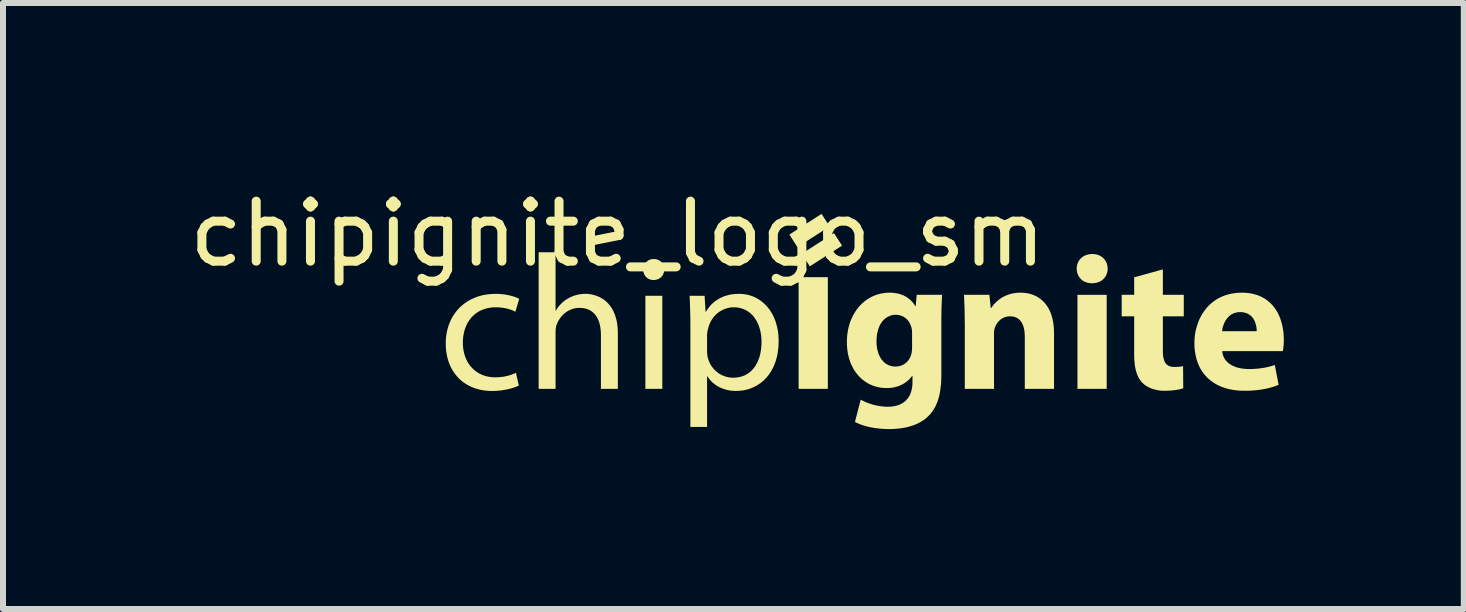
<source format=kicad_pcb>
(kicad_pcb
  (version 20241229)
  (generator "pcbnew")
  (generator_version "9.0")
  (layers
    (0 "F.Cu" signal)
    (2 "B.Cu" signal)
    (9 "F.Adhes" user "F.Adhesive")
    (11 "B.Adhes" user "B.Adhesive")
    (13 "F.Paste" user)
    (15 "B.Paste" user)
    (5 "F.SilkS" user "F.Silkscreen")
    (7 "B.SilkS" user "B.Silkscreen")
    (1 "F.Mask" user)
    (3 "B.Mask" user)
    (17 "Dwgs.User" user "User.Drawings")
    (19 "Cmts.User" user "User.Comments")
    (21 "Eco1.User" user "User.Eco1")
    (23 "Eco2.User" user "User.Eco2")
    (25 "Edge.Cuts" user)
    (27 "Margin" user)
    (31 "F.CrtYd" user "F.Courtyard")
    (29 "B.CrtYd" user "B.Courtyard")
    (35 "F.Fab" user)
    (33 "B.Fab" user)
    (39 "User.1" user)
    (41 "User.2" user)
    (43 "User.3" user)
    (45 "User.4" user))
  (footprint "chipignite_logo_sm"
    (layer "F.Cu")
    (at 4.244 3.848)
    (property "Reference" "chipignite_logo_sm" (at 3 -3 0) (unlocked yes) (layer "F.SilkS") (effects (font (size 1 1) (thickness 0.15))))
    (attr board_only exclude_from_pos_files exclude_from_bom allow_missing_courtyard)
    (fp_poly (pts (xy 3.745 -0.417) (xy 3.463 -0.417) (xy 3.463 -1.968) (xy 3.745 -1.968)) (stroke (width -0.000001) (type solid)) (fill yes) (layer "F.SilkS"))
    (fp_poly (pts (xy 6.504 -0.417) (xy 6.017 -0.417) (xy 6.017 -2.278) (xy 6.504 -2.278)) (stroke (width -0.000001) (type solid)) (fill yes) (layer "F.SilkS"))
    (fp_poly (pts (xy 6.534 -3.124) (xy 5.997 -2.779) (xy 5.863 -2.988) (xy 6.399 -3.333)) (stroke (width -0.000001) (type solid)) (fill yes) (layer "F.SilkS"))
    (fp_poly (pts (xy 6.741 -2.804) (xy 6.204 -2.459) (xy 6.07 -2.668) (xy 6.606 -3.013)) (stroke (width -0.000001) (type solid)) (fill yes) (layer "F.SilkS"))
    (fp_poly (pts (xy 11.152 -0.417) (xy 10.665 -0.417) (xy 10.665 -1.984) (xy 11.152 -1.984)) (stroke (width -0.000001) (type solid)) (fill yes) (layer "F.SilkS"))
    (fp_poly (pts (xy 12.088 -1.984) (xy 12.437 -1.984) (xy 12.437 -1.625) (xy 12.088 -1.625) (xy 12.088 -1.058) (xy 12.089 -1.024) (xy 12.09 -0.992) (xy 12.093 -0.962) (xy 12.098 -0.935) (xy 12.104 -0.91) (xy 12.111 -0.888) (xy 12.115 -0.877) (xy 12.12 -0.867) (xy 12.125 -0.858) (xy 12.13 -0.849) (xy 12.136 -0.841) (xy 12.142 -0.833) (xy 12.149 -0.826) (xy 12.156 -0.82) (xy 12.164 -0.814) (xy 12.172 -0.808) (xy 12.18 -0.803) (xy 12.189 -0.799) (xy 12.199 -0.795) (xy 12.209 -0.791) (xy 12.22 -0.789) (xy 12.231 -0.786) (xy 12.242 -0.785) (xy 12.254 -0.783) (xy 12.28 -0.782) (xy 12.304 -0.782) (xy 12.325 -0.783) (xy 12.344 -0.784) (xy 12.361 -0.785) (xy 12.377 -0.787) (xy 12.393 -0.789) (xy 12.408 -0.792) (xy 12.425 -0.795) (xy 12.428 -0.426) (xy 12.416 -0.422) (xy 12.402 -0.418) (xy 12.388 -0.414) (xy 12.372 -0.41) (xy 12.355 -0.407) (xy 12.337 -0.403) (xy 12.318 -0.4) (xy 12.298 -0.397) (xy 12.278 -0.394) (xy 12.256 -0.392) (xy 12.234 -0.39) (xy 12.211 -0.388) (xy 12.187 -0.387) (xy 12.163 -0.386) (xy 12.139 -0.385) (xy 12.114 -0.385) (xy 12.085 -0.385) (xy 12.056 -0.387) (xy 12.028 -0.39) (xy 12.001 -0.395) (xy 11.975 -0.4) (xy 11.949 -0.406) (xy 11.924 -0.414) (xy 11.9 -0.422) (xy 11.877 -0.431) (xy 11.855 -0.442) (xy 11.834 -0.453) (xy 11.814 -0.465) (xy 11.795 -0.477) (xy 11.777 -0.491) (xy 11.761 -0.505) (xy 11.745 -0.519) (xy 11.729 -0.537) (xy 11.713 -0.557) (xy 11.699 -0.578) (xy 11.686 -0.6) (xy 11.674 -0.624) (xy 11.663 -0.649) (xy 11.653 -0.676) (xy 11.644 -0.704) (xy 11.636 -0.733) (xy 11.629 -0.764) (xy 11.623 -0.797) (xy 11.619 -0.831) (xy 11.615 -0.867) (xy 11.612 -0.905) (xy 11.611 -0.944) (xy 11.61 -0.984) (xy 11.61 -1.625) (xy 11.402 -1.625) (xy 11.402 -1.984) (xy 11.61 -1.984) (xy 11.61 -2.276) (xy 12.088 -2.408)) (stroke (width -0.000001) (type solid)) (fill yes) (layer "F.SilkS"))
    (fp_poly (pts (xy 3.613 -2.58) (xy 3.623 -2.58) (xy 3.632 -2.579) (xy 3.641 -2.577) (xy 3.649 -2.575) (xy 3.658 -2.573) (xy 3.666 -2.57) (xy 3.674 -2.567) (xy 3.682 -2.564) (xy 3.689 -2.56) (xy 3.697 -2.556) (xy 3.703 -2.551) (xy 3.71 -2.546) (xy 3.717 -2.541) (xy 3.723 -2.536) (xy 3.729 -2.53) (xy 3.734 -2.524) (xy 3.739 -2.517) (xy 3.744 -2.511) (xy 3.749 -2.504) (xy 3.753 -2.497) (xy 3.757 -2.489) (xy 3.761 -2.482) (xy 3.764 -2.474) (xy 3.767 -2.466) (xy 3.77 -2.458) (xy 3.772 -2.449) (xy 3.773 -2.441) (xy 3.775 -2.432) (xy 3.776 -2.423) (xy 3.777 -2.414) (xy 3.777 -2.404) (xy 3.777 -2.395) (xy 3.776 -2.387) (xy 3.775 -2.378) (xy 3.774 -2.369) (xy 3.772 -2.361) (xy 3.77 -2.353) (xy 3.767 -2.345) (xy 3.764 -2.337) (xy 3.761 -2.329) (xy 3.758 -2.322) (xy 3.754 -2.314) (xy 3.75 -2.307) (xy 3.745 -2.301) (xy 3.74 -2.294) (xy 3.735 -2.288) (xy 3.729 -2.282) (xy 3.723 -2.276) (xy 3.717 -2.271) (xy 3.71 -2.265) (xy 3.703 -2.261) (xy 3.696 -2.256) (xy 3.689 -2.252) (xy 3.681 -2.248) (xy 3.673 -2.245) (xy 3.664 -2.242) (xy 3.655 -2.239) (xy 3.646 -2.237) (xy 3.637 -2.235) (xy 3.628 -2.233) (xy 3.618 -2.232) (xy 3.608 -2.231) (xy 3.597 -2.231) (xy 3.588 -2.231) (xy 3.578 -2.232) (xy 3.569 -2.233) (xy 3.56 -2.235) (xy 3.552 -2.237) (xy 3.543 -2.239) (xy 3.535 -2.242) (xy 3.527 -2.245) (xy 3.52 -2.248) (xy 3.512 -2.252) (xy 3.505 -2.256) (xy 3.498 -2.261) (xy 3.492 -2.265) (xy 3.486 -2.271) (xy 3.48 -2.276) (xy 3.474 -2.282) (xy 3.468 -2.288) (xy 3.463 -2.294) (xy 3.459 -2.301) (xy 3.454 -2.307) (xy 3.45 -2.314) (xy 3.446 -2.322) (xy 3.443 -2.329) (xy 3.439 -2.337) (xy 3.437 -2.345) (xy 3.434 -2.353) (xy 3.432 -2.361) (xy 3.43 -2.369) (xy 3.429 -2.378) (xy 3.428 -2.387) (xy 3.428 -2.395) (xy 3.427 -2.404) (xy 3.428 -2.413) (xy 3.428 -2.422) (xy 3.429 -2.431) (xy 3.431 -2.44) (xy 3.432 -2.448) (xy 3.435 -2.456) (xy 3.437 -2.464) (xy 3.44 -2.472) (xy 3.443 -2.48) (xy 3.447 -2.488) (xy 3.451 -2.495) (xy 3.455 -2.502) (xy 3.46 -2.509) (xy 3.465 -2.516) (xy 3.47 -2.522) (xy 3.476 -2.529) (xy 3.482 -2.534) (xy 3.488 -2.54) (xy 3.495 -2.545) (xy 3.501 -2.55) (xy 3.508 -2.555) (xy 3.516 -2.559) (xy 3.524 -2.563) (xy 3.531 -2.567) (xy 3.54 -2.57) (xy 3.548 -2.573) (xy 3.557 -2.575) (xy 3.566 -2.577) (xy 3.575 -2.579) (xy 3.584 -2.58) (xy 3.594 -2.58) (xy 3.604 -2.581)) (stroke (width -0.000001) (type solid)) (fill yes) (layer "F.SilkS"))
    (fp_poly (pts (xy 10.926 -2.664) (xy 10.94 -2.663) (xy 10.954 -2.661) (xy 10.968 -2.659) (xy 10.981 -2.656) (xy 10.993 -2.653) (xy 11.006 -2.65) (xy 11.018 -2.645) (xy 11.029 -2.64) (xy 11.04 -2.635) (xy 11.051 -2.629) (xy 11.061 -2.623) (xy 11.071 -2.617) (xy 11.08 -2.609) (xy 11.089 -2.602) (xy 11.098 -2.594) (xy 11.106 -2.585) (xy 11.113 -2.577) (xy 11.12 -2.568) (xy 11.127 -2.558) (xy 11.133 -2.548) (xy 11.139 -2.538) (xy 11.144 -2.527) (xy 11.149 -2.517) (xy 11.153 -2.505) (xy 11.157 -2.494) (xy 11.16 -2.482) (xy 11.163 -2.47) (xy 11.165 -2.458) (xy 11.166 -2.446) (xy 11.168 -2.433) (xy 11.168 -2.42) (xy 11.168 -2.408) (xy 11.167 -2.395) (xy 11.166 -2.383) (xy 11.164 -2.371) (xy 11.161 -2.359) (xy 11.158 -2.348) (xy 11.154 -2.337) (xy 11.15 -2.325) (xy 11.145 -2.315) (xy 11.14 -2.304) (xy 11.134 -2.294) (xy 11.128 -2.284) (xy 11.121 -2.275) (xy 11.114 -2.265) (xy 11.106 -2.257) (xy 11.098 -2.248) (xy 11.089 -2.24) (xy 11.08 -2.232) (xy 11.07 -2.225) (xy 11.06 -2.218) (xy 11.05 -2.212) (xy 11.039 -2.206) (xy 11.027 -2.201) (xy 11.015 -2.196) (xy 11.003 -2.191) (xy 10.99 -2.188) (xy 10.977 -2.184) (xy 10.963 -2.182) (xy 10.95 -2.18) (xy 10.935 -2.178) (xy 10.92 -2.177) (xy 10.905 -2.177) (xy 10.891 -2.177) (xy 10.877 -2.178) (xy 10.863 -2.18) (xy 10.85 -2.182) (xy 10.837 -2.184) (xy 10.825 -2.188) (xy 10.813 -2.191) (xy 10.801 -2.196) (xy 10.789 -2.201) (xy 10.778 -2.206) (xy 10.768 -2.212) (xy 10.757 -2.218) (xy 10.748 -2.225) (xy 10.738 -2.232) (xy 10.729 -2.24) (xy 10.721 -2.248) (xy 10.713 -2.257) (xy 10.705 -2.265) (xy 10.698 -2.275) (xy 10.692 -2.284) (xy 10.685 -2.294) (xy 10.68 -2.304) (xy 10.675 -2.315) (xy 10.67 -2.325) (xy 10.666 -2.337) (xy 10.662 -2.348) (xy 10.659 -2.359) (xy 10.657 -2.371) (xy 10.655 -2.383) (xy 10.653 -2.395) (xy 10.652 -2.408) (xy 10.652 -2.42) (xy 10.652 -2.433) (xy 10.653 -2.446) (xy 10.655 -2.458) (xy 10.657 -2.47) (xy 10.659 -2.482) (xy 10.662 -2.494) (xy 10.666 -2.505) (xy 10.67 -2.517) (xy 10.675 -2.527) (xy 10.681 -2.538) (xy 10.686 -2.548) (xy 10.693 -2.558) (xy 10.7 -2.568) (xy 10.707 -2.577) (xy 10.715 -2.585) (xy 10.723 -2.594) (xy 10.732 -2.602) (xy 10.741 -2.609) (xy 10.75 -2.617) (xy 10.76 -2.623) (xy 10.771 -2.629) (xy 10.782 -2.635) (xy 10.793 -2.64) (xy 10.805 -2.645) (xy 10.817 -2.65) (xy 10.829 -2.653) (xy 10.842 -2.656) (xy 10.855 -2.659) (xy 10.869 -2.661) (xy 10.883 -2.663) (xy 10.897 -2.664) (xy 10.912 -2.664)) (stroke (width -0.000001) (type solid)) (fill yes) (layer "F.SilkS"))
    (fp_poly (pts (xy 1.966 -1.721) (xy 1.972 -1.721) (xy 1.981 -1.736) (xy 1.99 -1.751) (xy 2 -1.766) (xy 2.01 -1.78) (xy 2.021 -1.794) (xy 2.033 -1.808) (xy 2.045 -1.821) (xy 2.058 -1.835) (xy 2.071 -1.847) (xy 2.084 -1.86) (xy 2.098 -1.871) (xy 2.112 -1.883) (xy 2.127 -1.894) (xy 2.142 -1.904) (xy 2.158 -1.914) (xy 2.174 -1.923) (xy 2.19 -1.932) (xy 2.206 -1.941) (xy 2.223 -1.948) (xy 2.239 -1.956) (xy 2.257 -1.963) (xy 2.274 -1.969) (xy 2.292 -1.975) (xy 2.31 -1.98) (xy 2.328 -1.985) (xy 2.347 -1.989) (xy 2.366 -1.992) (xy 2.385 -1.995) (xy 2.404 -1.998) (xy 2.423 -1.999) (xy 2.443 -2) (xy 2.463 -2.001) (xy 2.503 -1.999) (xy 2.546 -1.994) (xy 2.59 -1.985) (xy 2.635 -1.972) (xy 2.658 -1.964) (xy 2.681 -1.954) (xy 2.703 -1.944) (xy 2.726 -1.932) (xy 2.748 -1.918) (xy 2.77 -1.904) (xy 2.791 -1.888) (xy 2.812 -1.87) (xy 2.832 -1.851) (xy 2.851 -1.83) (xy 2.87 -1.807) (xy 2.888 -1.783) (xy 2.905 -1.757) (xy 2.921 -1.729) (xy 2.935 -1.699) (xy 2.949 -1.668) (xy 2.961 -1.634) (xy 2.972 -1.599) (xy 2.982 -1.561) (xy 2.99 -1.521) (xy 2.996 -1.479) (xy 3.001 -1.435) (xy 3.003 -1.389) (xy 3.004 -1.34) (xy 3.004 -0.417) (xy 2.722 -0.417) (xy 2.722 -1.308) (xy 2.721 -1.354) (xy 2.718 -1.4) (xy 2.712 -1.443) (xy 2.704 -1.485) (xy 2.693 -1.525) (xy 2.679 -1.563) (xy 2.671 -1.581) (xy 2.662 -1.598) (xy 2.653 -1.615) (xy 2.643 -1.631) (xy 2.632 -1.646) (xy 2.62 -1.661) (xy 2.607 -1.674) (xy 2.594 -1.687) (xy 2.58 -1.699) (xy 2.564 -1.71) (xy 2.548 -1.721) (xy 2.532 -1.73) (xy 2.514 -1.738) (xy 2.495 -1.746) (xy 2.476 -1.752) (xy 2.455 -1.757) (xy 2.434 -1.761) (xy 2.411 -1.764) (xy 2.388 -1.766) (xy 2.363 -1.766) (xy 2.346 -1.766) (xy 2.33 -1.765) (xy 2.313 -1.763) (xy 2.297 -1.761) (xy 2.281 -1.757) (xy 2.265 -1.754) (xy 2.25 -1.749) (xy 2.235 -1.744) (xy 2.22 -1.738) (xy 2.206 -1.732) (xy 2.178 -1.718) (xy 2.151 -1.702) (xy 2.126 -1.683) (xy 2.102 -1.664) (xy 2.08 -1.642) (xy 2.06 -1.619) (xy 2.041 -1.595) (xy 2.025 -1.569) (xy 2.009 -1.543) (xy 1.996 -1.516) (xy 1.985 -1.488) (xy 1.982 -1.48) (xy 1.98 -1.472) (xy 1.977 -1.464) (xy 1.975 -1.456) (xy 1.973 -1.448) (xy 1.972 -1.44) (xy 1.971 -1.432) (xy 1.969 -1.424) (xy 1.968 -1.416) (xy 1.968 -1.407) (xy 1.967 -1.39) (xy 1.966 -1.372) (xy 1.966 -1.353) (xy 1.966 -0.417) (xy 1.684 -0.417) (xy 1.684 -2.693) (xy 1.966 -2.693)) (stroke (width -0.000001) (type solid)) (fill yes) (layer "F.SilkS"))
    (fp_poly (pts (xy 9.743 -2.019) (xy 9.772 -2.017) (xy 9.801 -2.014) (xy 9.829 -2.01) (xy 9.857 -2.004) (xy 9.884 -1.997) (xy 9.91 -1.989) (xy 9.936 -1.979) (xy 9.961 -1.968) (xy 9.985 -1.956) (xy 10.009 -1.942) (xy 10.031 -1.927) (xy 10.053 -1.911) (xy 10.074 -1.894) (xy 10.094 -1.875) (xy 10.114 -1.855) (xy 10.132 -1.833) (xy 10.149 -1.81) (xy 10.166 -1.786) (xy 10.181 -1.76) (xy 10.195 -1.733) (xy 10.208 -1.705) (xy 10.22 -1.675) (xy 10.231 -1.644) (xy 10.241 -1.611) (xy 10.25 -1.577) (xy 10.257 -1.542) (xy 10.263 -1.505) (xy 10.268 -1.467) (xy 10.271 -1.427) (xy 10.273 -1.386) (xy 10.274 -1.343) (xy 10.274 -0.417) (xy 9.787 -0.417) (xy 9.787 -1.286) (xy 9.786 -1.323) (xy 9.783 -1.358) (xy 9.779 -1.392) (xy 9.773 -1.424) (xy 9.765 -1.454) (xy 9.755 -1.482) (xy 9.749 -1.495) (xy 9.743 -1.508) (xy 9.737 -1.52) (xy 9.729 -1.531) (xy 9.722 -1.542) (xy 9.713 -1.552) (xy 9.705 -1.562) (xy 9.695 -1.571) (xy 9.686 -1.58) (xy 9.675 -1.587) (xy 9.664 -1.594) (xy 9.653 -1.601) (xy 9.641 -1.606) (xy 9.628 -1.611) (xy 9.615 -1.616) (xy 9.601 -1.619) (xy 9.587 -1.622) (xy 9.572 -1.624) (xy 9.556 -1.625) (xy 9.54 -1.625) (xy 9.527 -1.625) (xy 9.515 -1.624) (xy 9.503 -1.623) (xy 9.492 -1.621) (xy 9.481 -1.619) (xy 9.47 -1.616) (xy 9.459 -1.613) (xy 9.449 -1.609) (xy 9.439 -1.605) (xy 9.429 -1.601) (xy 9.42 -1.596) (xy 9.411 -1.591) (xy 9.394 -1.58) (xy 9.378 -1.568) (xy 9.363 -1.554) (xy 9.349 -1.54) (xy 9.336 -1.525) (xy 9.325 -1.509) (xy 9.314 -1.493) (xy 9.305 -1.476) (xy 9.297 -1.459) (xy 9.29 -1.443) (xy 9.288 -1.436) (xy 9.285 -1.43) (xy 9.284 -1.423) (xy 9.282 -1.416) (xy 9.28 -1.409) (xy 9.279 -1.402) (xy 9.278 -1.394) (xy 9.277 -1.387) (xy 9.275 -1.371) (xy 9.274 -1.354) (xy 9.274 -1.338) (xy 9.274 -1.321) (xy 9.274 -0.417) (xy 8.787 -0.417) (xy 8.787 -1.484) (xy 8.785 -1.625) (xy 8.783 -1.755) (xy 8.778 -1.874) (xy 8.774 -1.984) (xy 9.197 -1.984) (xy 9.219 -1.766) (xy 9.229 -1.766) (xy 9.242 -1.786) (xy 9.257 -1.807) (xy 9.275 -1.828) (xy 9.295 -1.849) (xy 9.317 -1.871) (xy 9.341 -1.892) (xy 9.368 -1.912) (xy 9.382 -1.922) (xy 9.396 -1.932) (xy 9.412 -1.941) (xy 9.428 -1.95) (xy 9.444 -1.958) (xy 9.461 -1.967) (xy 9.479 -1.974) (xy 9.497 -1.982) (xy 9.516 -1.988) (xy 9.535 -1.995) (xy 9.555 -2) (xy 9.576 -2.005) (xy 9.597 -2.009) (xy 9.619 -2.013) (xy 9.642 -2.016) (xy 9.665 -2.018) (xy 9.689 -2.019) (xy 9.713 -2.02)) (stroke (width -0.000001) (type solid)) (fill yes) (layer "F.SilkS"))
    (fp_poly (pts (xy 1 -2) (xy 1.03 -1.999) (xy 1.06 -1.996) (xy 1.09 -1.993) (xy 1.118 -1.99) (xy 1.146 -1.985) (xy 1.172 -1.98) (xy 1.198 -1.974) (xy 1.223 -1.968) (xy 1.246 -1.962) (xy 1.269 -1.955) (xy 1.29 -1.948) (xy 1.31 -1.94) (xy 1.328 -1.933) (xy 1.345 -1.925) (xy 1.36 -1.917) (xy 1.296 -1.702) (xy 1.283 -1.709) (xy 1.269 -1.716) (xy 1.254 -1.722) (xy 1.238 -1.729) (xy 1.221 -1.735) (xy 1.204 -1.741) (xy 1.185 -1.747) (xy 1.165 -1.752) (xy 1.144 -1.757) (xy 1.122 -1.762) (xy 1.099 -1.766) (xy 1.076 -1.769) (xy 1.051 -1.772) (xy 1.024 -1.774) (xy 0.997 -1.776) (xy 0.969 -1.776) (xy 0.936 -1.775) (xy 0.904 -1.773) (xy 0.873 -1.769) (xy 0.843 -1.764) (xy 0.814 -1.757) (xy 0.786 -1.749) (xy 0.759 -1.74) (xy 0.733 -1.729) (xy 0.708 -1.718) (xy 0.684 -1.705) (xy 0.661 -1.69) (xy 0.639 -1.675) (xy 0.618 -1.659) (xy 0.598 -1.641) (xy 0.579 -1.622) (xy 0.561 -1.603) (xy 0.545 -1.582) (xy 0.529 -1.561) (xy 0.514 -1.539) (xy 0.5 -1.516) (xy 0.488 -1.492) (xy 0.476 -1.468) (xy 0.466 -1.442) (xy 0.456 -1.416) (xy 0.448 -1.39) (xy 0.441 -1.363) (xy 0.435 -1.335) (xy 0.43 -1.307) (xy 0.426 -1.278) (xy 0.423 -1.249) (xy 0.421 -1.219) (xy 0.421 -1.189) (xy 0.421 -1.156) (xy 0.423 -1.124) (xy 0.427 -1.092) (xy 0.431 -1.061) (xy 0.437 -1.031) (xy 0.444 -1.002) (xy 0.452 -0.974) (xy 0.462 -0.947) (xy 0.472 -0.921) (xy 0.484 -0.896) (xy 0.496 -0.871) (xy 0.51 -0.848) (xy 0.525 -0.826) (xy 0.54 -0.804) (xy 0.557 -0.784) (xy 0.575 -0.765) (xy 0.593 -0.746) (xy 0.613 -0.729) (xy 0.633 -0.713) (xy 0.654 -0.698) (xy 0.676 -0.684) (xy 0.698 -0.671) (xy 0.721 -0.66) (xy 0.745 -0.649) (xy 0.77 -0.64) (xy 0.795 -0.632) (xy 0.821 -0.625) (xy 0.848 -0.619) (xy 0.875 -0.615) (xy 0.903 -0.612) (xy 0.931 -0.61) (xy 0.959 -0.609) (xy 0.989 -0.61) (xy 1.017 -0.611) (xy 1.044 -0.613) (xy 1.07 -0.616) (xy 1.095 -0.619) (xy 1.118 -0.623) (xy 1.141 -0.628) (xy 1.163 -0.633) (xy 1.183 -0.638) (xy 1.203 -0.644) (xy 1.24 -0.657) (xy 1.274 -0.67) (xy 1.306 -0.683) (xy 1.354 -0.471) (xy 1.339 -0.465) (xy 1.322 -0.457) (xy 1.303 -0.45) (xy 1.282 -0.442) (xy 1.26 -0.435) (xy 1.235 -0.427) (xy 1.209 -0.42) (xy 1.181 -0.413) (xy 1.152 -0.407) (xy 1.121 -0.401) (xy 1.089 -0.395) (xy 1.055 -0.391) (xy 1.02 -0.387) (xy 0.984 -0.384) (xy 0.947 -0.382) (xy 0.908 -0.382) (xy 0.865 -0.382) (xy 0.822 -0.385) (xy 0.781 -0.39) (xy 0.74 -0.396) (xy 0.701 -0.404) (xy 0.663 -0.414) (xy 0.626 -0.425) (xy 0.59 -0.439) (xy 0.555 -0.453) (xy 0.521 -0.47) (xy 0.489 -0.488) (xy 0.458 -0.507) (xy 0.428 -0.528) (xy 0.399 -0.55) (xy 0.372 -0.574) (xy 0.346 -0.6) (xy 0.322 -0.626) (xy 0.299 -0.654) (xy 0.277 -0.684) (xy 0.257 -0.714) (xy 0.238 -0.746) (xy 0.22 -0.779) (xy 0.205 -0.814) (xy 0.19 -0.849) (xy 0.178 -0.886) (xy 0.167 -0.924) (xy 0.157 -0.963) (xy 0.15 -1.003) (xy 0.143 -1.044) (xy 0.139 -1.086) (xy 0.136 -1.129) (xy 0.136 -1.173) (xy 0.136 -1.218) (xy 0.139 -1.261) (xy 0.144 -1.304) (xy 0.151 -1.346) (xy 0.159 -1.387) (xy 0.169 -1.427) (xy 0.181 -1.466) (xy 0.195 -1.504) (xy 0.21 -1.541) (xy 0.227 -1.577) (xy 0.245 -1.612) (xy 0.266 -1.645) (xy 0.288 -1.677) (xy 0.311 -1.708) (xy 0.336 -1.738) (xy 0.362 -1.766) (xy 0.39 -1.793) (xy 0.42 -1.818) (xy 0.45 -1.842) (xy 0.483 -1.865) (xy 0.516 -1.886) (xy 0.551 -1.905) (xy 0.588 -1.922) (xy 0.625 -1.938) (xy 0.664 -1.953) (xy 0.704 -1.965) (xy 0.745 -1.976) (xy 0.788 -1.985) (xy 0.831 -1.991) (xy 0.876 -1.996) (xy 0.922 -1.999) (xy 0.969 -2)) (stroke (width -0.000001) (type solid)) (fill yes) (layer "F.SilkS"))
    (fp_poly (pts (xy 13.452 -2.019) (xy 13.497 -2.015) (xy 13.54 -2.01) (xy 13.581 -2.002) (xy 13.62 -1.992) (xy 13.658 -1.981) (xy 13.694 -1.967) (xy 13.728 -1.952) (xy 13.761 -1.935) (xy 13.792 -1.916) (xy 13.821 -1.896) (xy 13.849 -1.874) (xy 13.875 -1.851) (xy 13.9 -1.827) (xy 13.923 -1.801) (xy 13.945 -1.774) (xy 13.965 -1.746) (xy 13.984 -1.717) (xy 14.001 -1.687) (xy 14.017 -1.655) (xy 14.031 -1.624) (xy 14.044 -1.591) (xy 14.056 -1.557) (xy 14.066 -1.523) (xy 14.083 -1.454) (xy 14.095 -1.382) (xy 14.102 -1.31) (xy 14.104 -1.238) (xy 14.104 -1.207) (xy 14.103 -1.177) (xy 14.101 -1.149) (xy 14.099 -1.123) (xy 14.096 -1.099) (xy 14.093 -1.078) (xy 14.091 -1.06) (xy 14.088 -1.045) (xy 13.078 -1.045) (xy 13.08 -1.026) (xy 13.083 -1.008) (xy 13.087 -0.991) (xy 13.092 -0.974) (xy 13.098 -0.958) (xy 13.104 -0.943) (xy 13.112 -0.928) (xy 13.121 -0.913) (xy 13.13 -0.9) (xy 13.141 -0.886) (xy 13.152 -0.874) (xy 13.164 -0.862) (xy 13.177 -0.851) (xy 13.19 -0.84) (xy 13.204 -0.83) (xy 13.219 -0.82) (xy 13.234 -0.811) (xy 13.25 -0.803) (xy 13.267 -0.795) (xy 13.284 -0.788) (xy 13.302 -0.781) (xy 13.32 -0.775) (xy 13.338 -0.77) (xy 13.357 -0.765) (xy 13.377 -0.761) (xy 13.397 -0.757) (xy 13.417 -0.754) (xy 13.437 -0.752) (xy 13.478 -0.748) (xy 13.521 -0.747) (xy 13.582 -0.748) (xy 13.64 -0.751) (xy 13.696 -0.757) (xy 13.75 -0.764) (xy 13.803 -0.773) (xy 13.854 -0.785) (xy 13.904 -0.799) (xy 13.954 -0.814) (xy 14.018 -0.484) (xy 13.987 -0.472) (xy 13.956 -0.46) (xy 13.924 -0.45) (xy 13.891 -0.44) (xy 13.858 -0.431) (xy 13.824 -0.423) (xy 13.789 -0.416) (xy 13.753 -0.409) (xy 13.717 -0.403) (xy 13.681 -0.398) (xy 13.643 -0.394) (xy 13.606 -0.391) (xy 13.567 -0.388) (xy 13.529 -0.386) (xy 13.49 -0.385) (xy 13.45 -0.385) (xy 13.401 -0.386) (xy 13.353 -0.388) (xy 13.307 -0.393) (xy 13.262 -0.399) (xy 13.218 -0.407) (xy 13.175 -0.416) (xy 13.135 -0.428) (xy 13.095 -0.441) (xy 13.057 -0.455) (xy 13.02 -0.471) (xy 12.985 -0.489) (xy 12.952 -0.508) (xy 12.92 -0.529) (xy 12.889 -0.551) (xy 12.86 -0.575) (xy 12.832 -0.6) (xy 12.806 -0.627) (xy 12.782 -0.655) (xy 12.759 -0.684) (xy 12.738 -0.715) (xy 12.718 -0.747) (xy 12.7 -0.78) (xy 12.684 -0.815) (xy 12.67 -0.851) (xy 12.657 -0.889) (xy 12.645 -0.927) (xy 12.636 -0.967) (xy 12.628 -1.008) (xy 12.622 -1.05) (xy 12.617 -1.093) (xy 12.614 -1.137) (xy 12.614 -1.183) (xy 12.617 -1.258) (xy 12.625 -1.333) (xy 12.634 -1.378) (xy 13.075 -1.378) (xy 13.652 -1.378) (xy 13.652 -1.402) (xy 13.65 -1.426) (xy 13.646 -1.452) (xy 13.641 -1.478) (xy 13.633 -1.505) (xy 13.624 -1.531) (xy 13.613 -1.557) (xy 13.606 -1.569) (xy 13.599 -1.582) (xy 13.591 -1.594) (xy 13.582 -1.605) (xy 13.572 -1.616) (xy 13.562 -1.627) (xy 13.552 -1.637) (xy 13.54 -1.646) (xy 13.527 -1.655) (xy 13.514 -1.663) (xy 13.5 -1.67) (xy 13.485 -1.677) (xy 13.47 -1.682) (xy 13.453 -1.687) (xy 13.435 -1.691) (xy 13.417 -1.694) (xy 13.397 -1.695) (xy 13.377 -1.696) (xy 13.358 -1.695) (xy 13.339 -1.694) (xy 13.322 -1.691) (xy 13.305 -1.687) (xy 13.289 -1.683) (xy 13.274 -1.678) (xy 13.259 -1.671) (xy 13.245 -1.664) (xy 13.231 -1.657) (xy 13.218 -1.648) (xy 13.206 -1.639) (xy 13.194 -1.629) (xy 13.183 -1.619) (xy 13.173 -1.608) (xy 13.163 -1.597) (xy 13.154 -1.585) (xy 13.145 -1.573) (xy 13.137 -1.561) (xy 13.129 -1.548) (xy 13.122 -1.535) (xy 13.109 -1.509) (xy 13.099 -1.482) (xy 13.09 -1.455) (xy 13.083 -1.429) (xy 13.078 -1.403) (xy 13.075 -1.378) (xy 12.634 -1.378) (xy 12.64 -1.408) (xy 12.661 -1.481) (xy 12.687 -1.553) (xy 12.703 -1.588) (xy 12.72 -1.622) (xy 12.739 -1.656) (xy 12.76 -1.688) (xy 12.782 -1.72) (xy 12.805 -1.75) (xy 12.83 -1.78) (xy 12.857 -1.808) (xy 12.885 -1.834) (xy 12.915 -1.86) (xy 12.947 -1.883) (xy 12.98 -1.906) (xy 13.015 -1.926) (xy 13.052 -1.945) (xy 13.09 -1.962) (xy 13.13 -1.977) (xy 13.172 -1.989) (xy 13.215 -2) (xy 13.26 -2.008) (xy 13.307 -2.015) (xy 13.355 -2.018) (xy 13.405 -2.02)) (stroke (width -0.000001) (type solid)) (fill yes) (layer "F.SilkS"))
    (fp_poly (pts (xy 5.059 -2) (xy 5.093 -1.997) (xy 5.127 -1.992) (xy 5.161 -1.986) (xy 5.193 -1.978) (xy 5.225 -1.968) (xy 5.256 -1.957) (xy 5.286 -1.944) (xy 5.316 -1.929) (xy 5.344 -1.913) (xy 5.372 -1.895) (xy 5.399 -1.875) (xy 5.425 -1.854) (xy 5.449 -1.832) (xy 5.473 -1.808) (xy 5.496 -1.783) (xy 5.517 -1.757) (xy 5.538 -1.729) (xy 5.557 -1.7) (xy 5.575 -1.669) (xy 5.592 -1.638) (xy 5.607 -1.605) (xy 5.621 -1.57) (xy 5.634 -1.535) (xy 5.645 -1.499) (xy 5.655 -1.461) (xy 5.664 -1.423) (xy 5.671 -1.383) (xy 5.677 -1.343) (xy 5.681 -1.301) (xy 5.683 -1.258) (xy 5.684 -1.215) (xy 5.683 -1.164) (xy 5.68 -1.114) (xy 5.675 -1.066) (xy 5.669 -1.019) (xy 5.66 -0.974) (xy 5.65 -0.931) (xy 5.638 -0.889) (xy 5.625 -0.849) (xy 5.61 -0.811) (xy 5.593 -0.775) (xy 5.575 -0.74) (xy 5.556 -0.706) (xy 5.536 -0.674) (xy 5.514 -0.644) (xy 5.491 -0.616) (xy 5.467 -0.589) (xy 5.442 -0.564) (xy 5.415 -0.54) (xy 5.388 -0.518) (xy 5.36 -0.498) (xy 5.331 -0.48) (xy 5.302 -0.462) (xy 5.271 -0.447) (xy 5.24 -0.433) (xy 5.209 -0.421) (xy 5.177 -0.411) (xy 5.144 -0.402) (xy 5.111 -0.394) (xy 5.044 -0.385) (xy 4.976 -0.382) (xy 4.937 -0.383) (xy 4.9 -0.386) (xy 4.863 -0.391) (xy 4.827 -0.398) (xy 4.793 -0.407) (xy 4.759 -0.418) (xy 4.726 -0.431) (xy 4.695 -0.446) (xy 4.665 -0.462) (xy 4.636 -0.48) (xy 4.609 -0.501) (xy 4.583 -0.522) (xy 4.559 -0.546) (xy 4.537 -0.571) (xy 4.516 -0.597) (xy 4.498 -0.625) (xy 4.491 -0.625) (xy 4.491 0.218) (xy 4.213 0.218) (xy 4.213 -1.318) (xy 4.491 -1.318) (xy 4.491 -1.048) (xy 4.492 -1.033) (xy 4.492 -1.018) (xy 4.493 -1.003) (xy 4.494 -0.988) (xy 4.496 -0.974) (xy 4.498 -0.96) (xy 4.501 -0.946) (xy 4.504 -0.933) (xy 4.51 -0.915) (xy 4.515 -0.897) (xy 4.522 -0.88) (xy 4.529 -0.863) (xy 4.537 -0.846) (xy 4.545 -0.83) (xy 4.554 -0.814) (xy 4.564 -0.799) (xy 4.574 -0.784) (xy 4.585 -0.77) (xy 4.596 -0.756) (xy 4.608 -0.743) (xy 4.62 -0.73) (xy 4.633 -0.717) (xy 4.646 -0.706) (xy 4.659 -0.695) (xy 4.674 -0.684) (xy 4.688 -0.674) (xy 4.703 -0.664) (xy 4.718 -0.656) (xy 4.734 -0.647) (xy 4.75 -0.64) (xy 4.767 -0.633) (xy 4.783 -0.627) (xy 4.801 -0.621) (xy 4.818 -0.616) (xy 4.836 -0.612) (xy 4.853 -0.609) (xy 4.872 -0.606) (xy 4.89 -0.604) (xy 4.909 -0.603) (xy 4.928 -0.603) (xy 4.955 -0.603) (xy 4.982 -0.606) (xy 5.008 -0.609) (xy 5.033 -0.614) (xy 5.058 -0.62) (xy 5.082 -0.628) (xy 5.105 -0.636) (xy 5.127 -0.646) (xy 5.148 -0.658) (xy 5.169 -0.67) (xy 5.189 -0.684) (xy 5.208 -0.699) (xy 5.226 -0.715) (xy 5.243 -0.732) (xy 5.259 -0.75) (xy 5.275 -0.769) (xy 5.29 -0.789) (xy 5.303 -0.811) (xy 5.316 -0.833) (xy 5.328 -0.856) (xy 5.339 -0.88) (xy 5.349 -0.906) (xy 5.359 -0.932) (xy 5.367 -0.958) (xy 5.374 -0.986) (xy 5.381 -1.015) (xy 5.386 -1.044) (xy 5.391 -1.074) (xy 5.394 -1.105) (xy 5.397 -1.137) (xy 5.398 -1.169) (xy 5.399 -1.202) (xy 5.397 -1.259) (xy 5.391 -1.315) (xy 5.382 -1.369) (xy 5.368 -1.422) (xy 5.352 -1.472) (xy 5.331 -1.519) (xy 5.32 -1.542) (xy 5.307 -1.563) (xy 5.294 -1.584) (xy 5.28 -1.605) (xy 5.265 -1.624) (xy 5.249 -1.642) (xy 5.232 -1.659) (xy 5.214 -1.676) (xy 5.196 -1.691) (xy 5.176 -1.705) (xy 5.156 -1.718) (xy 5.135 -1.73) (xy 5.113 -1.74) (xy 5.09 -1.749) (xy 5.067 -1.757) (xy 5.043 -1.764) (xy 5.017 -1.769) (xy 4.991 -1.773) (xy 4.965 -1.775) (xy 4.937 -1.776) (xy 4.919 -1.776) (xy 4.901 -1.774) (xy 4.883 -1.773) (xy 4.866 -1.77) (xy 4.848 -1.766) (xy 4.831 -1.762) (xy 4.797 -1.752) (xy 4.763 -1.738) (xy 4.731 -1.722) (xy 4.7 -1.704) (xy 4.671 -1.682) (xy 4.643 -1.659) (xy 4.63 -1.646) (xy 4.617 -1.632) (xy 4.605 -1.618) (xy 4.594 -1.604) (xy 4.583 -1.589) (xy 4.572 -1.573) (xy 4.562 -1.557) (xy 4.553 -1.54) (xy 4.544 -1.523) (xy 4.536 -1.505) (xy 4.529 -1.487) (xy 4.522 -1.469) (xy 4.516 -1.449) (xy 4.511 -1.43) (xy 4.507 -1.416) (xy 4.504 -1.402) (xy 4.5 -1.388) (xy 4.498 -1.374) (xy 4.495 -1.359) (xy 4.493 -1.345) (xy 4.492 -1.338) (xy 4.492 -1.331) (xy 4.492 -1.324) (xy 4.491 -1.318) (xy 4.213 -1.318) (xy 4.213 -1.462) (xy 4.213 -1.462) (xy 4.212 -1.604) (xy 4.209 -1.734) (xy 4.205 -1.855) (xy 4.2 -1.968) (xy 4.45 -1.968) (xy 4.466 -1.702) (xy 4.472 -1.702) (xy 4.483 -1.72) (xy 4.494 -1.737) (xy 4.506 -1.753) (xy 4.518 -1.769) (xy 4.53 -1.785) (xy 4.543 -1.8) (xy 4.556 -1.815) (xy 4.57 -1.829) (xy 4.584 -1.842) (xy 4.599 -1.855) (xy 4.614 -1.868) (xy 4.629 -1.88) (xy 4.645 -1.891) (xy 4.661 -1.902) (xy 4.678 -1.912) (xy 4.695 -1.922) (xy 4.713 -1.932) (xy 4.73 -1.94) (xy 4.749 -1.948) (xy 4.767 -1.956) (xy 4.787 -1.963) (xy 4.806 -1.969) (xy 4.826 -1.975) (xy 4.846 -1.98) (xy 4.867 -1.985) (xy 4.888 -1.989) (xy 4.91 -1.993) (xy 4.932 -1.995) (xy 4.954 -1.998) (xy 4.977 -1.999) (xy 5 -2) (xy 5.024 -2)) (stroke (width -0.000001) (type solid)) (fill yes) (layer "F.SilkS"))
    (fp_poly (pts (xy 7.573 -2.019) (xy 7.61 -2.015) (xy 7.646 -2.01) (xy 7.68 -2.003) (xy 7.712 -1.994) (xy 7.742 -1.983) (xy 7.771 -1.971) (xy 7.799 -1.957) (xy 7.824 -1.941) (xy 7.848 -1.924) (xy 7.871 -1.906) (xy 7.892 -1.886) (xy 7.912 -1.865) (xy 7.93 -1.843) (xy 7.947 -1.819) (xy 7.963 -1.795) (xy 7.969 -1.795) (xy 7.985 -1.984) (xy 8.408 -1.984) (xy 8.404 -1.901) (xy 8.4 -1.8) (xy 8.398 -1.74) (xy 8.397 -1.674) (xy 8.396 -1.599) (xy 8.396 -1.516) (xy 8.396 -0.644) (xy 8.396 -0.644) (xy 8.395 -0.589) (xy 8.393 -0.534) (xy 8.389 -0.481) (xy 8.383 -0.429) (xy 8.376 -0.379) (xy 8.367 -0.33) (xy 8.356 -0.283) (xy 8.343 -0.238) (xy 8.328 -0.194) (xy 8.31 -0.152) (xy 8.291 -0.112) (xy 8.268 -0.073) (xy 8.244 -0.037) (xy 8.217 -0.002) (xy 8.187 0.03) (xy 8.155 0.061) (xy 8.123 0.087) (xy 8.089 0.111) (xy 8.053 0.133) (xy 8.017 0.153) (xy 7.979 0.171) (xy 7.941 0.186) (xy 7.901 0.2) (xy 7.861 0.212) (xy 7.82 0.223) (xy 7.778 0.231) (xy 7.736 0.238) (xy 7.693 0.244) (xy 7.65 0.248) (xy 7.607 0.251) (xy 7.564 0.253) (xy 7.52 0.253) (xy 7.481 0.253) (xy 7.442 0.251) (xy 7.403 0.249) (xy 7.364 0.245) (xy 7.326 0.241) (xy 7.288 0.236) (xy 7.25 0.23) (xy 7.213 0.223) (xy 7.177 0.215) (xy 7.142 0.206) (xy 7.108 0.196) (xy 7.075 0.186) (xy 7.043 0.174) (xy 7.013 0.162) (xy 6.984 0.149) (xy 6.956 0.135) (xy 7.052 -0.237) (xy 7.072 -0.226) (xy 7.093 -0.216) (xy 7.115 -0.205) (xy 7.139 -0.194) (xy 7.165 -0.184) (xy 7.191 -0.174) (xy 7.219 -0.165) (xy 7.248 -0.156) (xy 7.277 -0.148) (xy 7.308 -0.141) (xy 7.34 -0.135) (xy 7.372 -0.129) (xy 7.405 -0.125) (xy 7.439 -0.121) (xy 7.473 -0.119) (xy 7.508 -0.119) (xy 7.55 -0.12) (xy 7.591 -0.125) (xy 7.611 -0.128) (xy 7.631 -0.132) (xy 7.65 -0.137) (xy 7.669 -0.142) (xy 7.687 -0.149) (xy 7.704 -0.156) (xy 7.721 -0.164) (xy 7.738 -0.173) (xy 7.754 -0.182) (xy 7.769 -0.193) (xy 7.784 -0.204) (xy 7.798 -0.216) (xy 7.811 -0.229) (xy 7.824 -0.243) (xy 7.836 -0.258) (xy 7.847 -0.273) (xy 7.857 -0.29) (xy 7.867 -0.307) (xy 7.876 -0.325) (xy 7.884 -0.345) (xy 7.891 -0.365) (xy 7.897 -0.386) (xy 7.902 -0.408) (xy 7.907 -0.431) (xy 7.91 -0.455) (xy 7.913 -0.48) (xy 7.914 -0.505) (xy 7.915 -0.532) (xy 7.915 -0.632) (xy 7.908 -0.632) (xy 7.89 -0.608) (xy 7.871 -0.586) (xy 7.85 -0.565) (xy 7.828 -0.546) (xy 7.805 -0.528) (xy 7.781 -0.511) (xy 7.756 -0.496) (xy 7.729 -0.483) (xy 7.702 -0.47) (xy 7.673 -0.46) (xy 7.644 -0.451) (xy 7.614 -0.443) (xy 7.583 -0.437) (xy 7.551 -0.433) (xy 7.519 -0.431) (xy 7.485 -0.43) (xy 7.449 -0.431) (xy 7.414 -0.433) (xy 7.379 -0.438) (xy 7.345 -0.444) (xy 7.312 -0.452) (xy 7.28 -0.462) (xy 7.248 -0.473) (xy 7.218 -0.486) (xy 7.188 -0.5) (xy 7.159 -0.516) (xy 7.132 -0.534) (xy 7.105 -0.553) (xy 7.079 -0.573) (xy 7.054 -0.595) (xy 7.031 -0.618) (xy 7.008 -0.643) (xy 6.987 -0.669) (xy 6.966 -0.696) (xy 6.947 -0.724) (xy 6.929 -0.754) (xy 6.913 -0.785) (xy 6.897 -0.817) (xy 6.883 -0.85) (xy 6.871 -0.884) (xy 6.859 -0.919) (xy 6.85 -0.956) (xy 6.841 -0.993) (xy 6.834 -1.031) (xy 6.829 -1.07) (xy 6.825 -1.11) (xy 6.822 -1.151) (xy 6.822 -1.193) (xy 6.822 -1.205) (xy 7.315 -1.205) (xy 7.317 -1.162) (xy 7.321 -1.12) (xy 7.327 -1.08) (xy 7.337 -1.042) (xy 7.348 -1.005) (xy 7.362 -0.971) (xy 7.379 -0.939) (xy 7.388 -0.924) (xy 7.398 -0.909) (xy 7.409 -0.896) (xy 7.42 -0.883) (xy 7.431 -0.87) (xy 7.444 -0.859) (xy 7.456 -0.848) (xy 7.47 -0.838) (xy 7.483 -0.829) (xy 7.498 -0.821) (xy 7.513 -0.814) (xy 7.528 -0.807) (xy 7.544 -0.802) (xy 7.561 -0.797) (xy 7.578 -0.793) (xy 7.596 -0.791) (xy 7.614 -0.789) (xy 7.633 -0.789) (xy 7.645 -0.789) (xy 7.656 -0.79) (xy 7.668 -0.791) (xy 7.679 -0.792) (xy 7.691 -0.795) (xy 7.702 -0.797) (xy 7.712 -0.8) (xy 7.723 -0.803) (xy 7.733 -0.807) (xy 7.743 -0.811) (xy 7.763 -0.821) (xy 7.781 -0.832) (xy 7.799 -0.844) (xy 7.815 -0.858) (xy 7.83 -0.873) (xy 7.844 -0.889) (xy 7.856 -0.906) (xy 7.867 -0.925) (xy 7.877 -0.944) (xy 7.886 -0.964) (xy 7.892 -0.984) (xy 7.895 -0.992) (xy 7.897 -0.999) (xy 7.899 -1.007) (xy 7.9 -1.015) (xy 7.902 -1.023) (xy 7.903 -1.032) (xy 7.905 -1.049) (xy 7.907 -1.066) (xy 7.908 -1.083) (xy 7.908 -1.1) (xy 7.908 -1.116) (xy 7.908 -1.346) (xy 7.908 -1.346) (xy 7.908 -1.357) (xy 7.908 -1.369) (xy 7.907 -1.38) (xy 7.906 -1.391) (xy 7.905 -1.403) (xy 7.903 -1.414) (xy 7.901 -1.425) (xy 7.899 -1.436) (xy 7.891 -1.46) (xy 7.883 -1.482) (xy 7.873 -1.504) (xy 7.862 -1.524) (xy 7.856 -1.534) (xy 7.849 -1.543) (xy 7.843 -1.552) (xy 7.836 -1.561) (xy 7.828 -1.569) (xy 7.821 -1.577) (xy 7.813 -1.584) (xy 7.805 -1.592) (xy 7.796 -1.599) (xy 7.787 -1.605) (xy 7.778 -1.611) (xy 7.769 -1.617) (xy 7.759 -1.622) (xy 7.749 -1.627) (xy 7.739 -1.631) (xy 7.729 -1.635) (xy 7.718 -1.639) (xy 7.707 -1.642) (xy 7.696 -1.645) (xy 7.684 -1.647) (xy 7.673 -1.649) (xy 7.661 -1.65) (xy 7.648 -1.651) (xy 7.636 -1.651) (xy 7.619 -1.651) (xy 7.603 -1.649) (xy 7.587 -1.647) (xy 7.571 -1.644) (xy 7.555 -1.639) (xy 7.54 -1.634) (xy 7.525 -1.628) (xy 7.51 -1.621) (xy 7.496 -1.614) (xy 7.482 -1.605) (xy 7.469 -1.596) (xy 7.456 -1.585) (xy 7.443 -1.574) (xy 7.431 -1.562) (xy 7.419 -1.549) (xy 7.408 -1.535) (xy 7.398 -1.521) (xy 7.388 -1.505) (xy 7.378 -1.489) (xy 7.369 -1.472) (xy 7.361 -1.454) (xy 7.354 -1.435) (xy 7.347 -1.416) (xy 7.34 -1.395) (xy 7.335 -1.374) (xy 7.33 -1.352) (xy 7.325 -1.33) (xy 7.322 -1.306) (xy 7.319 -1.282) (xy 7.317 -1.257) (xy 7.316 -1.232) (xy 7.315 -1.205) (xy 6.822 -1.205) (xy 6.823 -1.24) (xy 6.825 -1.285) (xy 6.83 -1.33) (xy 6.836 -1.374) (xy 6.844 -1.416) (xy 6.854 -1.457) (xy 6.865 -1.497) (xy 6.878 -1.536) (xy 6.893 -1.573) (xy 6.909 -1.609) (xy 6.926 -1.644) (xy 6.945 -1.677) (xy 6.965 -1.709) (xy 6.986 -1.739) (xy 7.008 -1.768) (xy 7.032 -1.796) (xy 7.057 -1.822) (xy 7.083 -1.847) (xy 7.11 -1.87) (xy 7.138 -1.892) (xy 7.167 -1.911) (xy 7.196 -1.93) (xy 7.227 -1.947) (xy 7.258 -1.962) (xy 7.291 -1.975) (xy 7.324 -1.987) (xy 7.357 -1.997) (xy 7.391 -2.005) (xy 7.426 -2.011) (xy 7.461 -2.016) (xy 7.497 -2.019) (xy 7.533 -2.02)) (stroke (width -0.000001) (type solid)) (fill yes) (layer "F.SilkS")))
  (gr_rect
    (start -3 -3)
    (end 21.348 7.101)
    (stroke (width 0.1) (type default))
    (fill no)
    (layer "Edge.Cuts")))
</source>
